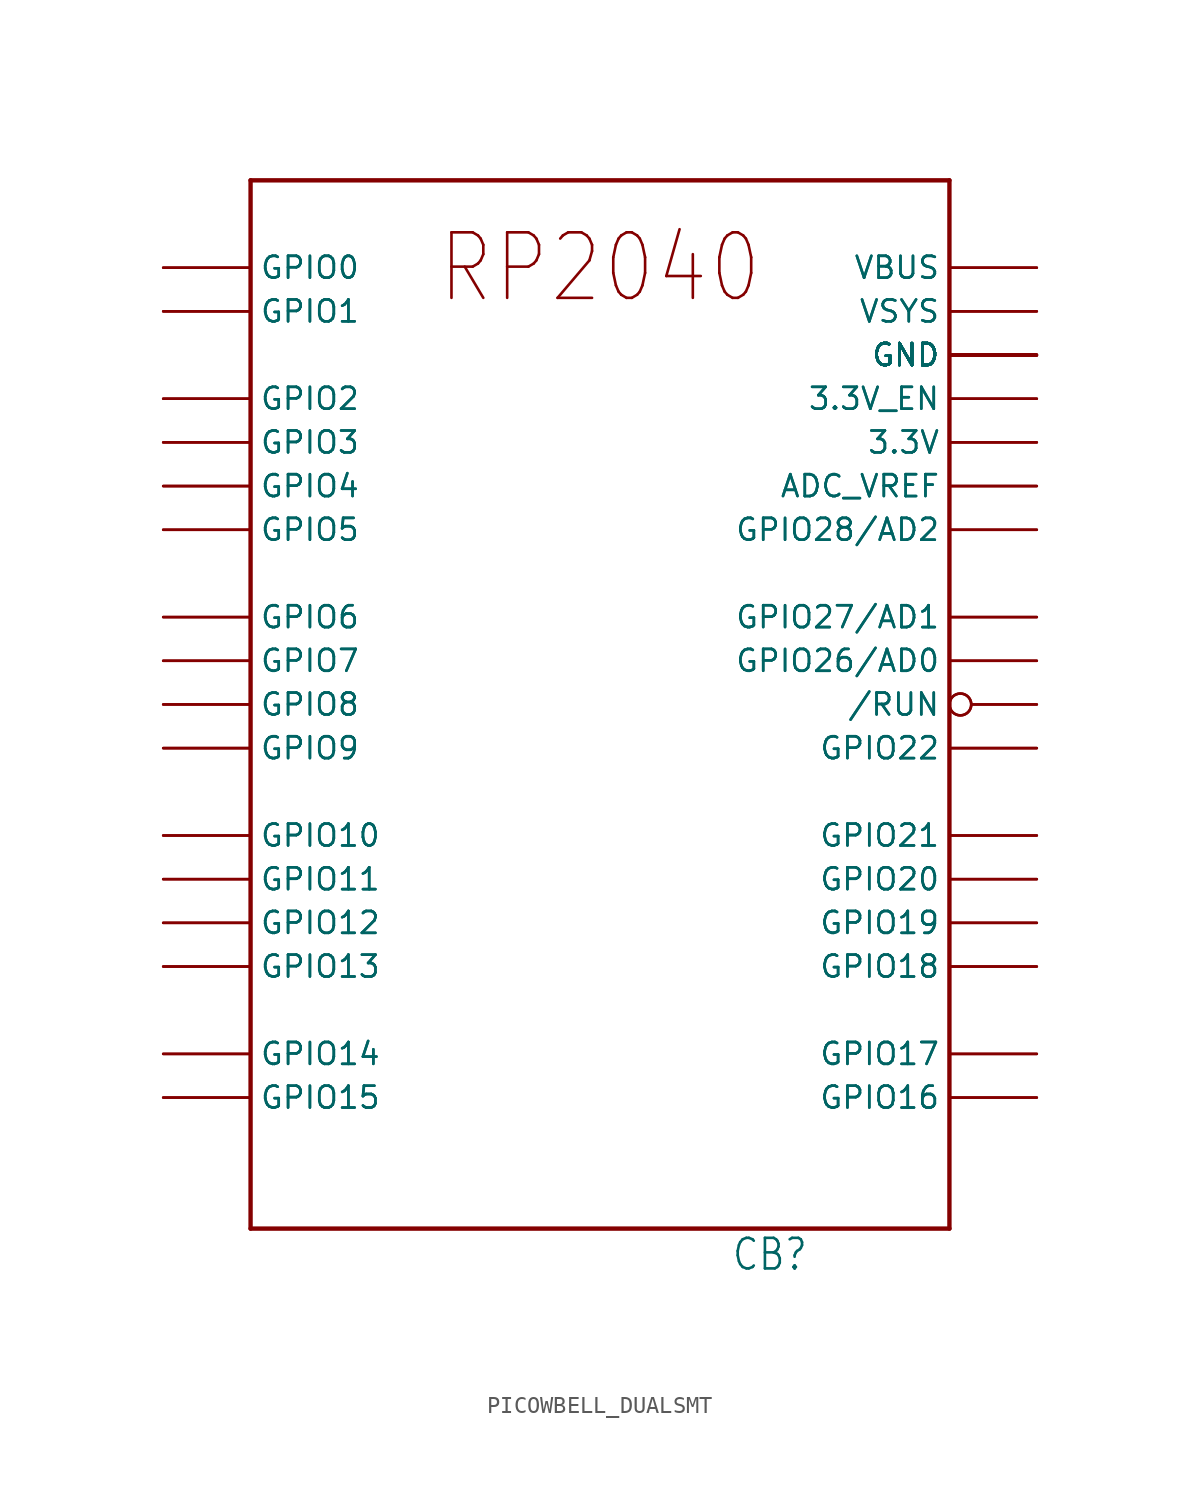
<source format=kicad_sym>
(kicad_symbol_lib
  (version 20231120)
  (generator "kicad_symbol_editor")
  (generator_version "8.0")
  (symbol "PICOWBELL_DUALSMT"
    (property "Reference" "CB"
      (at 7.62 -33.02 0)
      (effects (font (size 1.778 1.511)) (justify left bottom)))
    (property "Value" ""
      (at -17.78 -33.02 0)
      (effects (font (size 1.778 1.511)) (justify left bottom)))
    (property "ki_locked" ""
      (at 0 0 0)
      (effects (font (size 1.27 1.27))))
    (symbol "PICOWBELL_DUALSMT_1_0"
      (polyline (pts (xy -20.32 -30.48) (xy -20.32 30.48)) (stroke (width 0.254) (type solid)) (fill (type none)))
      (polyline (pts (xy -20.32 30.48) (xy 20.32 30.48)) (stroke (width 0.254) (type solid)) (fill (type none)))
      (polyline (pts (xy 20.32 -30.48) (xy -20.32 -30.48)) (stroke (width 0.254) (type solid)) (fill (type none)))
      (polyline (pts (xy 20.32 30.48) (xy 20.32 -30.48)) (stroke (width 0.254) (type solid)) (fill (type none)))
      (text "RP2040" (at 0 25.4 0) (effects (font (size 3.81 3.239))))
      (pin bidirectional line (at -25.4 25.4 0) (length 5.08) (name "GPIO0" (effects (font (size 1.27 1.27)))) (number "S1" (effects (font (size 0 0)))))
      (pin bidirectional line (at -25.4 15.24 0) (length 5.08) (name "GPIO3" (effects (font (size 1.27 1.27)))) (number "S10" (effects (font (size 0 0)))))
      (pin bidirectional line (at -25.4 12.7 0) (length 5.08) (name "GPIO4" (effects (font (size 1.27 1.27)))) (number "S11" (effects (font (size 0 0)))))
      (pin bidirectional line (at -25.4 12.7 0) (length 5.08) (name "GPIO4" (effects (font (size 1.27 1.27)))) (number "S12" (effects (font (size 0 0)))))
      (pin bidirectional line (at -25.4 10.16 0) (length 5.08) (name "GPIO5" (effects (font (size 1.27 1.27)))) (number "S13" (effects (font (size 0 0)))))
      (pin bidirectional line (at -25.4 10.16 0) (length 5.08) (name "GPIO5" (effects (font (size 1.27 1.27)))) (number "S14" (effects (font (size 0 0)))))
      (pin power_in line (at 25.4 20.32 180) (length 5.08) (name "GND" (effects (font (size 1.27 1.27)))) (number "S15" (effects (font (size 0 0)))))
      (pin power_in line (at 25.4 20.32 180) (length 5.08) (name "GND" (effects (font (size 1.27 1.27)))) (number "S16" (effects (font (size 0 0)))))
      (pin bidirectional line (at -25.4 5.08 0) (length 5.08) (name "GPIO6" (effects (font (size 1.27 1.27)))) (number "S17" (effects (font (size 0 0)))))
      (pin bidirectional line (at -25.4 5.08 0) (length 5.08) (name "GPIO6" (effects (font (size 1.27 1.27)))) (number "S18" (effects (font (size 0 0)))))
      (pin bidirectional line (at -25.4 2.54 0) (length 5.08) (name "GPIO7" (effects (font (size 1.27 1.27)))) (number "S19" (effects (font (size 0 0)))))
      (pin bidirectional line (at -25.4 25.4 0) (length 5.08) (name "GPIO0" (effects (font (size 1.27 1.27)))) (number "S2" (effects (font (size 0 0)))))
      (pin bidirectional line (at -25.4 2.54 0) (length 5.08) (name "GPIO7" (effects (font (size 1.27 1.27)))) (number "S20" (effects (font (size 0 0)))))
      (pin bidirectional line (at -25.4 0 0) (length 5.08) (name "GPIO8" (effects (font (size 1.27 1.27)))) (number "S21" (effects (font (size 0 0)))))
      (pin bidirectional line (at -25.4 0 0) (length 5.08) (name "GPIO8" (effects (font (size 1.27 1.27)))) (number "S22" (effects (font (size 0 0)))))
      (pin bidirectional line (at -25.4 -2.54 0) (length 5.08) (name "GPIO9" (effects (font (size 1.27 1.27)))) (number "S23" (effects (font (size 0 0)))))
      (pin bidirectional line (at -25.4 -2.54 0) (length 5.08) (name "GPIO9" (effects (font (size 1.27 1.27)))) (number "S24" (effects (font (size 0 0)))))
      (pin power_in line (at 25.4 20.32 180) (length 5.08) (name "GND" (effects (font (size 1.27 1.27)))) (number "S25" (effects (font (size 0 0)))))
      (pin power_in line (at 25.4 20.32 180) (length 5.08) (name "GND" (effects (font (size 1.27 1.27)))) (number "S26" (effects (font (size 0 0)))))
      (pin bidirectional line (at -25.4 -7.62 0) (length 5.08) (name "GPIO10" (effects (font (size 1.27 1.27)))) (number "S27" (effects (font (size 0 0)))))
      (pin bidirectional line (at -25.4 -7.62 0) (length 5.08) (name "GPIO10" (effects (font (size 1.27 1.27)))) (number "S28" (effects (font (size 0 0)))))
      (pin bidirectional line (at -25.4 -10.16 0) (length 5.08) (name "GPIO11" (effects (font (size 1.27 1.27)))) (number "S29" (effects (font (size 0 0)))))
      (pin bidirectional line (at -25.4 22.86 0) (length 5.08) (name "GPIO1" (effects (font (size 1.27 1.27)))) (number "S3" (effects (font (size 0 0)))))
      (pin bidirectional line (at -25.4 -10.16 0) (length 5.08) (name "GPIO11" (effects (font (size 1.27 1.27)))) (number "S30" (effects (font (size 0 0)))))
      (pin bidirectional line (at -25.4 -12.7 0) (length 5.08) (name "GPIO12" (effects (font (size 1.27 1.27)))) (number "S31" (effects (font (size 0 0)))))
      (pin bidirectional line (at -25.4 -12.7 0) (length 5.08) (name "GPIO12" (effects (font (size 1.27 1.27)))) (number "S32" (effects (font (size 0 0)))))
      (pin bidirectional line (at -25.4 -15.24 0) (length 5.08) (name "GPIO13" (effects (font (size 1.27 1.27)))) (number "S33" (effects (font (size 0 0)))))
      (pin bidirectional line (at -25.4 -15.24 0) (length 5.08) (name "GPIO13" (effects (font (size 1.27 1.27)))) (number "S34" (effects (font (size 0 0)))))
      (pin power_in line (at 25.4 20.32 180) (length 5.08) (name "GND" (effects (font (size 1.27 1.27)))) (number "S35" (effects (font (size 0 0)))))
      (pin power_in line (at 25.4 20.32 180) (length 5.08) (name "GND" (effects (font (size 1.27 1.27)))) (number "S36" (effects (font (size 0 0)))))
      (pin bidirectional line (at -25.4 -20.32 0) (length 5.08) (name "GPIO14" (effects (font (size 1.27 1.27)))) (number "S37" (effects (font (size 0 0)))))
      (pin bidirectional line (at -25.4 -20.32 0) (length 5.08) (name "GPIO14" (effects (font (size 1.27 1.27)))) (number "S38" (effects (font (size 0 0)))))
      (pin bidirectional line (at -25.4 -22.86 0) (length 5.08) (name "GPIO15" (effects (font (size 1.27 1.27)))) (number "S39" (effects (font (size 0 0)))))
      (pin bidirectional line (at -25.4 22.86 0) (length 5.08) (name "GPIO1" (effects (font (size 1.27 1.27)))) (number "S4" (effects (font (size 0 0)))))
      (pin bidirectional line (at -25.4 -22.86 0) (length 5.08) (name "GPIO15" (effects (font (size 1.27 1.27)))) (number "S40" (effects (font (size 0 0)))))
      (pin bidirectional line (at 25.4 -22.86 180) (length 5.08) (name "GPIO16" (effects (font (size 1.27 1.27)))) (number "S41" (effects (font (size 0 0)))))
      (pin bidirectional line (at 25.4 -22.86 180) (length 5.08) (name "GPIO16" (effects (font (size 1.27 1.27)))) (number "S42" (effects (font (size 0 0)))))
      (pin bidirectional line (at 25.4 -20.32 180) (length 5.08) (name "GPIO17" (effects (font (size 1.27 1.27)))) (number "S43" (effects (font (size 0 0)))))
      (pin bidirectional line (at 25.4 -20.32 180) (length 5.08) (name "GPIO17" (effects (font (size 1.27 1.27)))) (number "S44" (effects (font (size 0 0)))))
      (pin power_in line (at 25.4 20.32 180) (length 5.08) (name "GND" (effects (font (size 1.27 1.27)))) (number "S45" (effects (font (size 0 0)))))
      (pin power_in line (at 25.4 20.32 180) (length 5.08) (name "GND" (effects (font (size 1.27 1.27)))) (number "S46" (effects (font (size 0 0)))))
      (pin bidirectional line (at 25.4 -15.24 180) (length 5.08) (name "GPIO18" (effects (font (size 1.27 1.27)))) (number "S47" (effects (font (size 0 0)))))
      (pin bidirectional line (at 25.4 -15.24 180) (length 5.08) (name "GPIO18" (effects (font (size 1.27 1.27)))) (number "S48" (effects (font (size 0 0)))))
      (pin bidirectional line (at 25.4 -12.7 180) (length 5.08) (name "GPIO19" (effects (font (size 1.27 1.27)))) (number "S49" (effects (font (size 0 0)))))
      (pin power_in line (at 25.4 20.32 180) (length 5.08) (name "GND" (effects (font (size 1.27 1.27)))) (number "S5" (effects (font (size 0 0)))))
      (pin bidirectional line (at 25.4 -12.7 180) (length 5.08) (name "GPIO19" (effects (font (size 1.27 1.27)))) (number "S50" (effects (font (size 0 0)))))
      (pin bidirectional line (at 25.4 -10.16 180) (length 5.08) (name "GPIO20" (effects (font (size 1.27 1.27)))) (number "S51" (effects (font (size 0 0)))))
      (pin bidirectional line (at 25.4 -10.16 180) (length 5.08) (name "GPIO20" (effects (font (size 1.27 1.27)))) (number "S52" (effects (font (size 0 0)))))
      (pin bidirectional line (at 25.4 -7.62 180) (length 5.08) (name "GPIO21" (effects (font (size 1.27 1.27)))) (number "S53" (effects (font (size 0 0)))))
      (pin bidirectional line (at 25.4 -7.62 180) (length 5.08) (name "GPIO21" (effects (font (size 1.27 1.27)))) (number "S54" (effects (font (size 0 0)))))
      (pin power_in line (at 25.4 20.32 180) (length 5.08) (name "GND" (effects (font (size 1.27 1.27)))) (number "S55" (effects (font (size 0 0)))))
      (pin power_in line (at 25.4 20.32 180) (length 5.08) (name "GND" (effects (font (size 1.27 1.27)))) (number "S56" (effects (font (size 0 0)))))
      (pin bidirectional line (at 25.4 -2.54 180) (length 5.08) (name "GPIO22" (effects (font (size 1.27 1.27)))) (number "S57" (effects (font (size 0 0)))))
      (pin bidirectional line (at 25.4 -2.54 180) (length 5.08) (name "GPIO22" (effects (font (size 1.27 1.27)))) (number "S58" (effects (font (size 0 0)))))
      (pin bidirectional inverted (at 25.4 0 180) (length 5.08) (name "/RUN" (effects (font (size 1.27 1.27)))) (number "S59" (effects (font (size 0 0)))))
      (pin power_in line (at 25.4 20.32 180) (length 5.08) (name "GND" (effects (font (size 1.27 1.27)))) (number "S6" (effects (font (size 0 0)))))
      (pin bidirectional inverted (at 25.4 0 180) (length 5.08) (name "/RUN" (effects (font (size 1.27 1.27)))) (number "S60" (effects (font (size 0 0)))))
      (pin bidirectional line (at 25.4 2.54 180) (length 5.08) (name "GPIO26/AD0" (effects (font (size 1.27 1.27)))) (number "S61" (effects (font (size 0 0)))))
      (pin bidirectional line (at 25.4 2.54 180) (length 5.08) (name "GPIO26/AD0" (effects (font (size 1.27 1.27)))) (number "S62" (effects (font (size 0 0)))))
      (pin bidirectional line (at 25.4 5.08 180) (length 5.08) (name "GPIO27/AD1" (effects (font (size 1.27 1.27)))) (number "S63" (effects (font (size 0 0)))))
      (pin bidirectional line (at 25.4 5.08 180) (length 5.08) (name "GPIO27/AD1" (effects (font (size 1.27 1.27)))) (number "S64" (effects (font (size 0 0)))))
      (pin power_in line (at 25.4 20.32 180) (length 5.08) (name "GND" (effects (font (size 1.27 1.27)))) (number "S65" (effects (font (size 0 0)))))
      (pin power_in line (at 25.4 20.32 180) (length 5.08) (name "GND" (effects (font (size 1.27 1.27)))) (number "S66" (effects (font (size 0 0)))))
      (pin bidirectional line (at 25.4 10.16 180) (length 5.08) (name "GPIO28/AD2" (effects (font (size 1.27 1.27)))) (number "S67" (effects (font (size 0 0)))))
      (pin bidirectional line (at 25.4 10.16 180) (length 5.08) (name "GPIO28/AD2" (effects (font (size 1.27 1.27)))) (number "S68" (effects (font (size 0 0)))))
      (pin passive line (at 25.4 12.7 180) (length 5.08) (name "ADC_VREF" (effects (font (size 1.27 1.27)))) (number "S69" (effects (font (size 0 0)))))
      (pin bidirectional line (at -25.4 17.78 0) (length 5.08) (name "GPIO2" (effects (font (size 1.27 1.27)))) (number "S7" (effects (font (size 0 0)))))
      (pin passive line (at 25.4 12.7 180) (length 5.08) (name "ADC_VREF" (effects (font (size 1.27 1.27)))) (number "S70" (effects (font (size 0 0)))))
      (pin power_in line (at 25.4 15.24 180) (length 5.08) (name "3.3V" (effects (font (size 1.27 1.27)))) (number "S71" (effects (font (size 0 0)))))
      (pin power_in line (at 25.4 15.24 180) (length 5.08) (name "3.3V" (effects (font (size 1.27 1.27)))) (number "S72" (effects (font (size 0 0)))))
      (pin passive line (at 25.4 17.78 180) (length 5.08) (name "3.3V_EN" (effects (font (size 1.27 1.27)))) (number "S73" (effects (font (size 0 0)))))
      (pin passive line (at 25.4 17.78 180) (length 5.08) (name "3.3V_EN" (effects (font (size 1.27 1.27)))) (number "S74" (effects (font (size 0 0)))))
      (pin power_in line (at 25.4 20.32 180) (length 5.08) (name "GND" (effects (font (size 1.27 1.27)))) (number "S75" (effects (font (size 0 0)))))
      (pin power_in line (at 25.4 20.32 180) (length 5.08) (name "GND" (effects (font (size 1.27 1.27)))) (number "S76" (effects (font (size 0 0)))))
      (pin power_in line (at 25.4 22.86 180) (length 5.08) (name "VSYS" (effects (font (size 1.27 1.27)))) (number "S77" (effects (font (size 0 0)))))
      (pin power_in line (at 25.4 22.86 180) (length 5.08) (name "VSYS" (effects (font (size 1.27 1.27)))) (number "S78" (effects (font (size 0 0)))))
      (pin power_in line (at 25.4 25.4 180) (length 5.08) (name "VBUS" (effects (font (size 1.27 1.27)))) (number "S79" (effects (font (size 0 0)))))
      (pin bidirectional line (at -25.4 17.78 0) (length 5.08) (name "GPIO2" (effects (font (size 1.27 1.27)))) (number "S8" (effects (font (size 0 0)))))
      (pin power_in line (at 25.4 25.4 180) (length 5.08) (name "VBUS" (effects (font (size 1.27 1.27)))) (number "S80" (effects (font (size 0 0)))))
      (pin bidirectional line (at -25.4 15.24 0) (length 5.08) (name "GPIO3" (effects (font (size 1.27 1.27)))) (number "S9" (effects (font (size 0 0))))))))
</source>
